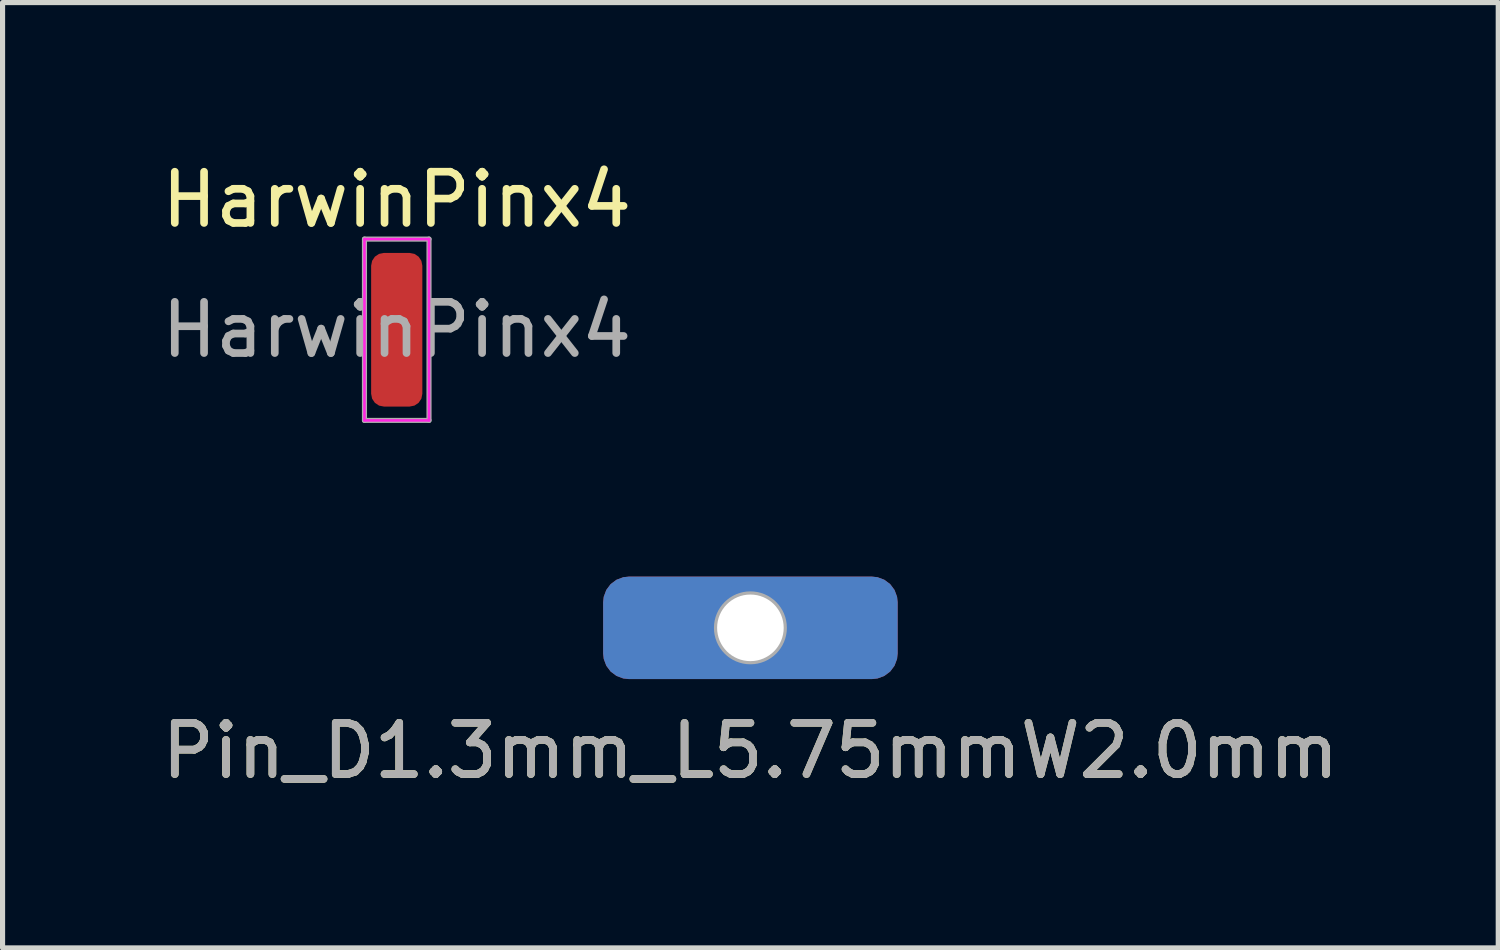
<source format=kicad_pcb>
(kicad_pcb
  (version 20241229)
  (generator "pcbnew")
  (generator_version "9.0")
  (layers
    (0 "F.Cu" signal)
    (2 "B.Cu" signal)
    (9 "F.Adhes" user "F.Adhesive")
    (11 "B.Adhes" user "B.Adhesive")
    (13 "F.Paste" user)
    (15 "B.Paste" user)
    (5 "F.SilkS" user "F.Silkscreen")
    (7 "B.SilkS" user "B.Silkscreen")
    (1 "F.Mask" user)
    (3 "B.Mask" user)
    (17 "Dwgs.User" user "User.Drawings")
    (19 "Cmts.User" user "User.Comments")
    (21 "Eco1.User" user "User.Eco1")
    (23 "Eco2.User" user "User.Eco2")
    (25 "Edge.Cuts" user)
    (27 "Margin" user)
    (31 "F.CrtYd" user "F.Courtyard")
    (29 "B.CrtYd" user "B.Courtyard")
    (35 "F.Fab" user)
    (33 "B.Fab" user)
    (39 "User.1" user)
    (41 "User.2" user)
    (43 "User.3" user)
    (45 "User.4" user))
  (footprint "HarwinPinx4"
    (layer "F.Cu")
    (at 4.696 3.388)
    (property "Reference" "HarwinPinx4" (at 0 -2.54 0) (layer "F.SilkS") (effects (font (size 1 1) (thickness 0.15))))
    (attr exclude_from_pos_files exclude_from_bom)
    (fp_line (start -0.63 -1.77) (end -0.63 1.77) (stroke (width 0.05) (type solid)) (layer "F.CrtYd"))
    (fp_line (start -0.63 1.77) (end 0.63 1.77) (stroke (width 0.05) (type solid)) (layer "F.CrtYd"))
    (fp_line (start 0.63 -1.77) (end -0.63 -1.77) (stroke (width 0.05) (type solid)) (layer "F.CrtYd"))
    (fp_line (start 0.63 1.77) (end 0.63 -1.77) (stroke (width 0.05) (type solid)) (layer "F.CrtYd"))
    (fp_line (start -0.63 -1.77) (end 0.63 -1.77) (stroke (width 0.1) (type solid)) (layer "F.Fab"))
    (fp_line (start -0.63 1.77) (end -0.63 -1.77) (stroke (width 0.1) (type solid)) (layer "F.Fab"))
    (fp_line (start 0.63 -1.77) (end 0.63 1.77) (stroke (width 0.1) (type solid)) (layer "F.Fab"))
    (fp_line (start 0.63 1.77) (end -0.63 1.77) (stroke (width 0.1) (type solid)) (layer "F.Fab"))
    (fp_text user "${REFERENCE}" (at 0 0 0) (layer "F.Fab") (effects (font (size 1 1) (thickness 0.15))))
    (pad "1" smd roundrect (at 0 0) (size 1 3) (layers "F.Cu" "F.Mask" "F.Paste") (roundrect_rratio 0.25)))
  (footprint "Pin_D1.3mm_L5.75mmW2.0mm"
    (layer "F.Cu")
    (at 11.601 9.208)
    (property "Reference" "Pin_D1.3mm_L5.75mmW2.0mm" (at 0 2.4 0) (layer "F.SilkS") (effects (font (size 1 1) (thickness 0.15))))
    (attr through_hole)
    (fp_circle (center 0 0) (end 0.65 -0.05) (stroke (width 0.12) (type solid)) (fill no) (layer "F.Fab"))
    (fp_text user "${REFERENCE}" (at 0 2.4 0) (layer "F.Fab") (effects (font (size 1 1) (thickness 0.15))))
    (pad "1" thru_hole roundrect (at 0 0) (size 5.75 2) (drill 1.3) (layers "F.Cu" "F.Mask") (roundrect_rratio 0.25))
    (pad "2" smd circle (at 0 0) (size 1.8 1.8) (layers "F.Mask" "B.Cu" "F.Paste")))
  (gr_rect
    (start -3 -3)
    (end 26.202 15.457)
    (stroke (width 0.1) (type default))
    (fill no)
    (layer "Edge.Cuts")))
</source>
